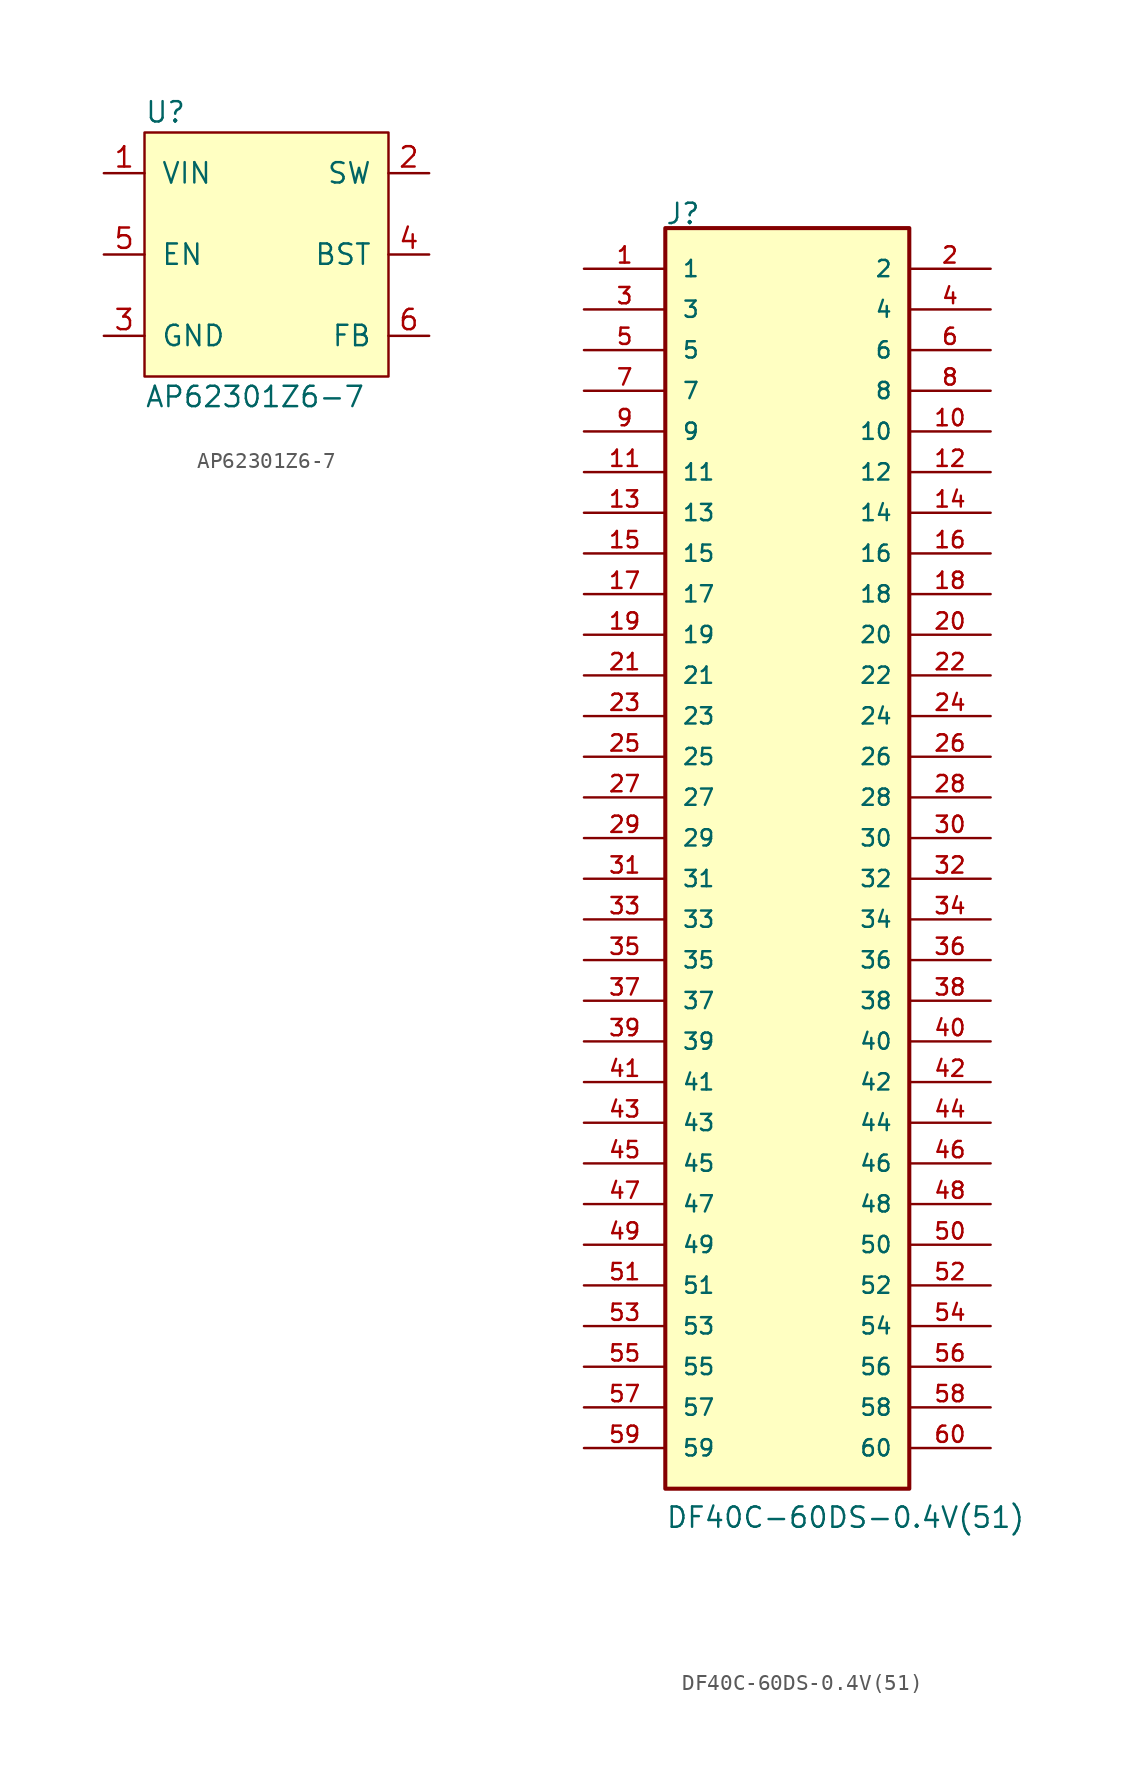
<source format=kicad_sym>
(kicad_symbol_lib
  (version 20211014)
  (generator kicad_symbol_editor)
  (symbol "AP62301Z6-7"
    (pin_names
      (offset 1.016))
    (property "Reference" "U"
      (at -7.62 8.89 0)
      (effects (font (size 1.27 1.27)) (justify left)))
    (property "Value" "AP62301Z6-7"
      (at -7.62 -8.89 0)
      (effects (font (size 1.27 1.27)) (justify left)))
    (symbol "AP62301Z6-7_0_1"
      (rectangle (start -7.62 7.62) (end 7.62 -7.62) (stroke (width 0) (type default) (color 0 0 0 0)) (fill (type background))))
    (symbol "AP62301Z6-7_1_1"
      (pin power_in line (at -10.16 5.08 0) (length 2.54) (name "VIN" (effects (font (size 1.27 1.27)))) (number "1" (effects (font (size 1.27 1.27)))))
      (pin power_out line (at 10.16 5.08 180) (length 2.54) (name "SW" (effects (font (size 1.27 1.27)))) (number "2" (effects (font (size 1.27 1.27)))))
      (pin power_in line (at -10.16 -5.08 0) (length 2.54) (name "GND" (effects (font (size 1.27 1.27)))) (number "3" (effects (font (size 1.27 1.27)))))
      (pin output line (at 10.16 0 180) (length 2.54) (name "BST" (effects (font (size 1.27 1.27)))) (number "4" (effects (font (size 1.27 1.27)))))
      (pin input line (at -10.16 0 0) (length 2.54) (name "EN" (effects (font (size 1.27 1.27)))) (number "5" (effects (font (size 1.27 1.27)))))
      (pin input line (at 10.16 -5.08 180) (length 2.54) (name "FB" (effects (font (size 1.27 1.27)))) (number "6" (effects (font (size 1.27 1.27)))))))
  (symbol "DF40C-60DS-0.4V(51)"
    (pin_names
      (offset 1.016))
    (property "Reference" "J"
      (at -7.645 63.652 0)
      (effects (font (size 1.27 1.27)) (justify left bottom)))
    (property "Value" "DF40C-60DS-0.4V(51)"
      (at -7.62 -17.78 0)
      (effects (font (size 1.27 1.27)) (justify left bottom)))
    (symbol "DF40C-60DS-0.4V(51)_0_0"
      (rectangle (start -7.62 -15.24) (end 7.62 63.5) (stroke (width 0.254) (type default) (color 0 0 0 0)) (fill (type background)))
      (pin passive line (at -12.7 60.96 0) (length 5.08) (name "1" (effects (font (size 1.016 1.016)))) (number "1" (effects (font (size 1.016 1.016)))))
      (pin passive line (at 12.7 50.8 180) (length 5.08) (name "10" (effects (font (size 1.016 1.016)))) (number "10" (effects (font (size 1.016 1.016)))))
      (pin passive line (at -12.7 48.26 0) (length 5.08) (name "11" (effects (font (size 1.016 1.016)))) (number "11" (effects (font (size 1.016 1.016)))))
      (pin passive line (at 12.7 48.26 180) (length 5.08) (name "12" (effects (font (size 1.016 1.016)))) (number "12" (effects (font (size 1.016 1.016)))))
      (pin passive line (at -12.7 45.72 0) (length 5.08) (name "13" (effects (font (size 1.016 1.016)))) (number "13" (effects (font (size 1.016 1.016)))))
      (pin passive line (at 12.7 45.72 180) (length 5.08) (name "14" (effects (font (size 1.016 1.016)))) (number "14" (effects (font (size 1.016 1.016)))))
      (pin passive line (at -12.7 43.18 0) (length 5.08) (name "15" (effects (font (size 1.016 1.016)))) (number "15" (effects (font (size 1.016 1.016)))))
      (pin passive line (at 12.7 43.18 180) (length 5.08) (name "16" (effects (font (size 1.016 1.016)))) (number "16" (effects (font (size 1.016 1.016)))))
      (pin passive line (at -12.7 40.64 0) (length 5.08) (name "17" (effects (font (size 1.016 1.016)))) (number "17" (effects (font (size 1.016 1.016)))))
      (pin passive line (at 12.7 40.64 180) (length 5.08) (name "18" (effects (font (size 1.016 1.016)))) (number "18" (effects (font (size 1.016 1.016)))))
      (pin passive line (at -12.7 38.1 0) (length 5.08) (name "19" (effects (font (size 1.016 1.016)))) (number "19" (effects (font (size 1.016 1.016)))))
      (pin passive line (at 12.7 60.96 180) (length 5.08) (name "2" (effects (font (size 1.016 1.016)))) (number "2" (effects (font (size 1.016 1.016)))))
      (pin passive line (at 12.7 38.1 180) (length 5.08) (name "20" (effects (font (size 1.016 1.016)))) (number "20" (effects (font (size 1.016 1.016)))))
      (pin passive line (at -12.7 35.56 0) (length 5.08) (name "21" (effects (font (size 1.016 1.016)))) (number "21" (effects (font (size 1.016 1.016)))))
      (pin passive line (at 12.7 35.56 180) (length 5.08) (name "22" (effects (font (size 1.016 1.016)))) (number "22" (effects (font (size 1.016 1.016)))))
      (pin passive line (at -12.7 33.02 0) (length 5.08) (name "23" (effects (font (size 1.016 1.016)))) (number "23" (effects (font (size 1.016 1.016)))))
      (pin passive line (at 12.7 33.02 180) (length 5.08) (name "24" (effects (font (size 1.016 1.016)))) (number "24" (effects (font (size 1.016 1.016)))))
      (pin passive line (at -12.7 30.48 0) (length 5.08) (name "25" (effects (font (size 1.016 1.016)))) (number "25" (effects (font (size 1.016 1.016)))))
      (pin passive line (at 12.7 30.48 180) (length 5.08) (name "26" (effects (font (size 1.016 1.016)))) (number "26" (effects (font (size 1.016 1.016)))))
      (pin passive line (at -12.7 27.94 0) (length 5.08) (name "27" (effects (font (size 1.016 1.016)))) (number "27" (effects (font (size 1.016 1.016)))))
      (pin passive line (at 12.7 27.94 180) (length 5.08) (name "28" (effects (font (size 1.016 1.016)))) (number "28" (effects (font (size 1.016 1.016)))))
      (pin passive line (at -12.7 25.4 0) (length 5.08) (name "29" (effects (font (size 1.016 1.016)))) (number "29" (effects (font (size 1.016 1.016)))))
      (pin passive line (at -12.7 58.42 0) (length 5.08) (name "3" (effects (font (size 1.016 1.016)))) (number "3" (effects (font (size 1.016 1.016)))))
      (pin passive line (at 12.7 25.4 180) (length 5.08) (name "30" (effects (font (size 1.016 1.016)))) (number "30" (effects (font (size 1.016 1.016)))))
      (pin passive line (at -12.7 22.86 0) (length 5.08) (name "31" (effects (font (size 1.016 1.016)))) (number "31" (effects (font (size 1.016 1.016)))))
      (pin passive line (at 12.7 22.86 180) (length 5.08) (name "32" (effects (font (size 1.016 1.016)))) (number "32" (effects (font (size 1.016 1.016)))))
      (pin passive line (at -12.7 20.32 0) (length 5.08) (name "33" (effects (font (size 1.016 1.016)))) (number "33" (effects (font (size 1.016 1.016)))))
      (pin passive line (at 12.7 20.32 180) (length 5.08) (name "34" (effects (font (size 1.016 1.016)))) (number "34" (effects (font (size 1.016 1.016)))))
      (pin passive line (at -12.7 17.78 0) (length 5.08) (name "35" (effects (font (size 1.016 1.016)))) (number "35" (effects (font (size 1.016 1.016)))))
      (pin passive line (at 12.7 17.78 180) (length 5.08) (name "36" (effects (font (size 1.016 1.016)))) (number "36" (effects (font (size 1.016 1.016)))))
      (pin passive line (at -12.7 15.24 0) (length 5.08) (name "37" (effects (font (size 1.016 1.016)))) (number "37" (effects (font (size 1.016 1.016)))))
      (pin passive line (at 12.7 15.24 180) (length 5.08) (name "38" (effects (font (size 1.016 1.016)))) (number "38" (effects (font (size 1.016 1.016)))))
      (pin passive line (at -12.7 12.7 0) (length 5.08) (name "39" (effects (font (size 1.016 1.016)))) (number "39" (effects (font (size 1.016 1.016)))))
      (pin passive line (at 12.7 58.42 180) (length 5.08) (name "4" (effects (font (size 1.016 1.016)))) (number "4" (effects (font (size 1.016 1.016)))))
      (pin passive line (at 12.7 12.7 180) (length 5.08) (name "40" (effects (font (size 1.016 1.016)))) (number "40" (effects (font (size 1.016 1.016)))))
      (pin passive line (at -12.7 10.16 0) (length 5.08) (name "41" (effects (font (size 1.016 1.016)))) (number "41" (effects (font (size 1.016 1.016)))))
      (pin passive line (at 12.7 10.16 180) (length 5.08) (name "42" (effects (font (size 1.016 1.016)))) (number "42" (effects (font (size 1.016 1.016)))))
      (pin passive line (at -12.7 7.62 0) (length 5.08) (name "43" (effects (font (size 1.016 1.016)))) (number "43" (effects (font (size 1.016 1.016)))))
      (pin passive line (at 12.7 7.62 180) (length 5.08) (name "44" (effects (font (size 1.016 1.016)))) (number "44" (effects (font (size 1.016 1.016)))))
      (pin passive line (at -12.7 5.08 0) (length 5.08) (name "45" (effects (font (size 1.016 1.016)))) (number "45" (effects (font (size 1.016 1.016)))))
      (pin passive line (at 12.7 5.08 180) (length 5.08) (name "46" (effects (font (size 1.016 1.016)))) (number "46" (effects (font (size 1.016 1.016)))))
      (pin passive line (at -12.7 2.54 0) (length 5.08) (name "47" (effects (font (size 1.016 1.016)))) (number "47" (effects (font (size 1.016 1.016)))))
      (pin passive line (at 12.7 2.54 180) (length 5.08) (name "48" (effects (font (size 1.016 1.016)))) (number "48" (effects (font (size 1.016 1.016)))))
      (pin passive line (at -12.7 0 0) (length 5.08) (name "49" (effects (font (size 1.016 1.016)))) (number "49" (effects (font (size 1.016 1.016)))))
      (pin passive line (at -12.7 55.88 0) (length 5.08) (name "5" (effects (font (size 1.016 1.016)))) (number "5" (effects (font (size 1.016 1.016)))))
      (pin passive line (at 12.7 0 180) (length 5.08) (name "50" (effects (font (size 1.016 1.016)))) (number "50" (effects (font (size 1.016 1.016)))))
      (pin passive line (at -12.7 -2.54 0) (length 5.08) (name "51" (effects (font (size 1.016 1.016)))) (number "51" (effects (font (size 1.016 1.016)))))
      (pin passive line (at 12.7 -2.54 180) (length 5.08) (name "52" (effects (font (size 1.016 1.016)))) (number "52" (effects (font (size 1.016 1.016)))))
      (pin passive line (at -12.7 -5.08 0) (length 5.08) (name "53" (effects (font (size 1.016 1.016)))) (number "53" (effects (font (size 1.016 1.016)))))
      (pin passive line (at 12.7 -5.08 180) (length 5.08) (name "54" (effects (font (size 1.016 1.016)))) (number "54" (effects (font (size 1.016 1.016)))))
      (pin passive line (at -12.7 -7.62 0) (length 5.08) (name "55" (effects (font (size 1.016 1.016)))) (number "55" (effects (font (size 1.016 1.016)))))
      (pin passive line (at 12.7 -7.62 180) (length 5.08) (name "56" (effects (font (size 1.016 1.016)))) (number "56" (effects (font (size 1.016 1.016)))))
      (pin passive line (at -12.7 -10.16 0) (length 5.08) (name "57" (effects (font (size 1.016 1.016)))) (number "57" (effects (font (size 1.016 1.016)))))
      (pin passive line (at 12.7 -10.16 180) (length 5.08) (name "58" (effects (font (size 1.016 1.016)))) (number "58" (effects (font (size 1.016 1.016)))))
      (pin passive line (at -12.7 -12.7 0) (length 5.08) (name "59" (effects (font (size 1.016 1.016)))) (number "59" (effects (font (size 1.016 1.016)))))
      (pin passive line (at 12.7 55.88 180) (length 5.08) (name "6" (effects (font (size 1.016 1.016)))) (number "6" (effects (font (size 1.016 1.016)))))
      (pin passive line (at 12.7 -12.7 180) (length 5.08) (name "60" (effects (font (size 1.016 1.016)))) (number "60" (effects (font (size 1.016 1.016)))))
      (pin passive line (at -12.7 53.34 0) (length 5.08) (name "7" (effects (font (size 1.016 1.016)))) (number "7" (effects (font (size 1.016 1.016)))))
      (pin passive line (at 12.7 53.34 180) (length 5.08) (name "8" (effects (font (size 1.016 1.016)))) (number "8" (effects (font (size 1.016 1.016)))))
      (pin passive line (at -12.7 50.8 0) (length 5.08) (name "9" (effects (font (size 1.016 1.016)))) (number "9" (effects (font (size 1.016 1.016))))))))
</source>
